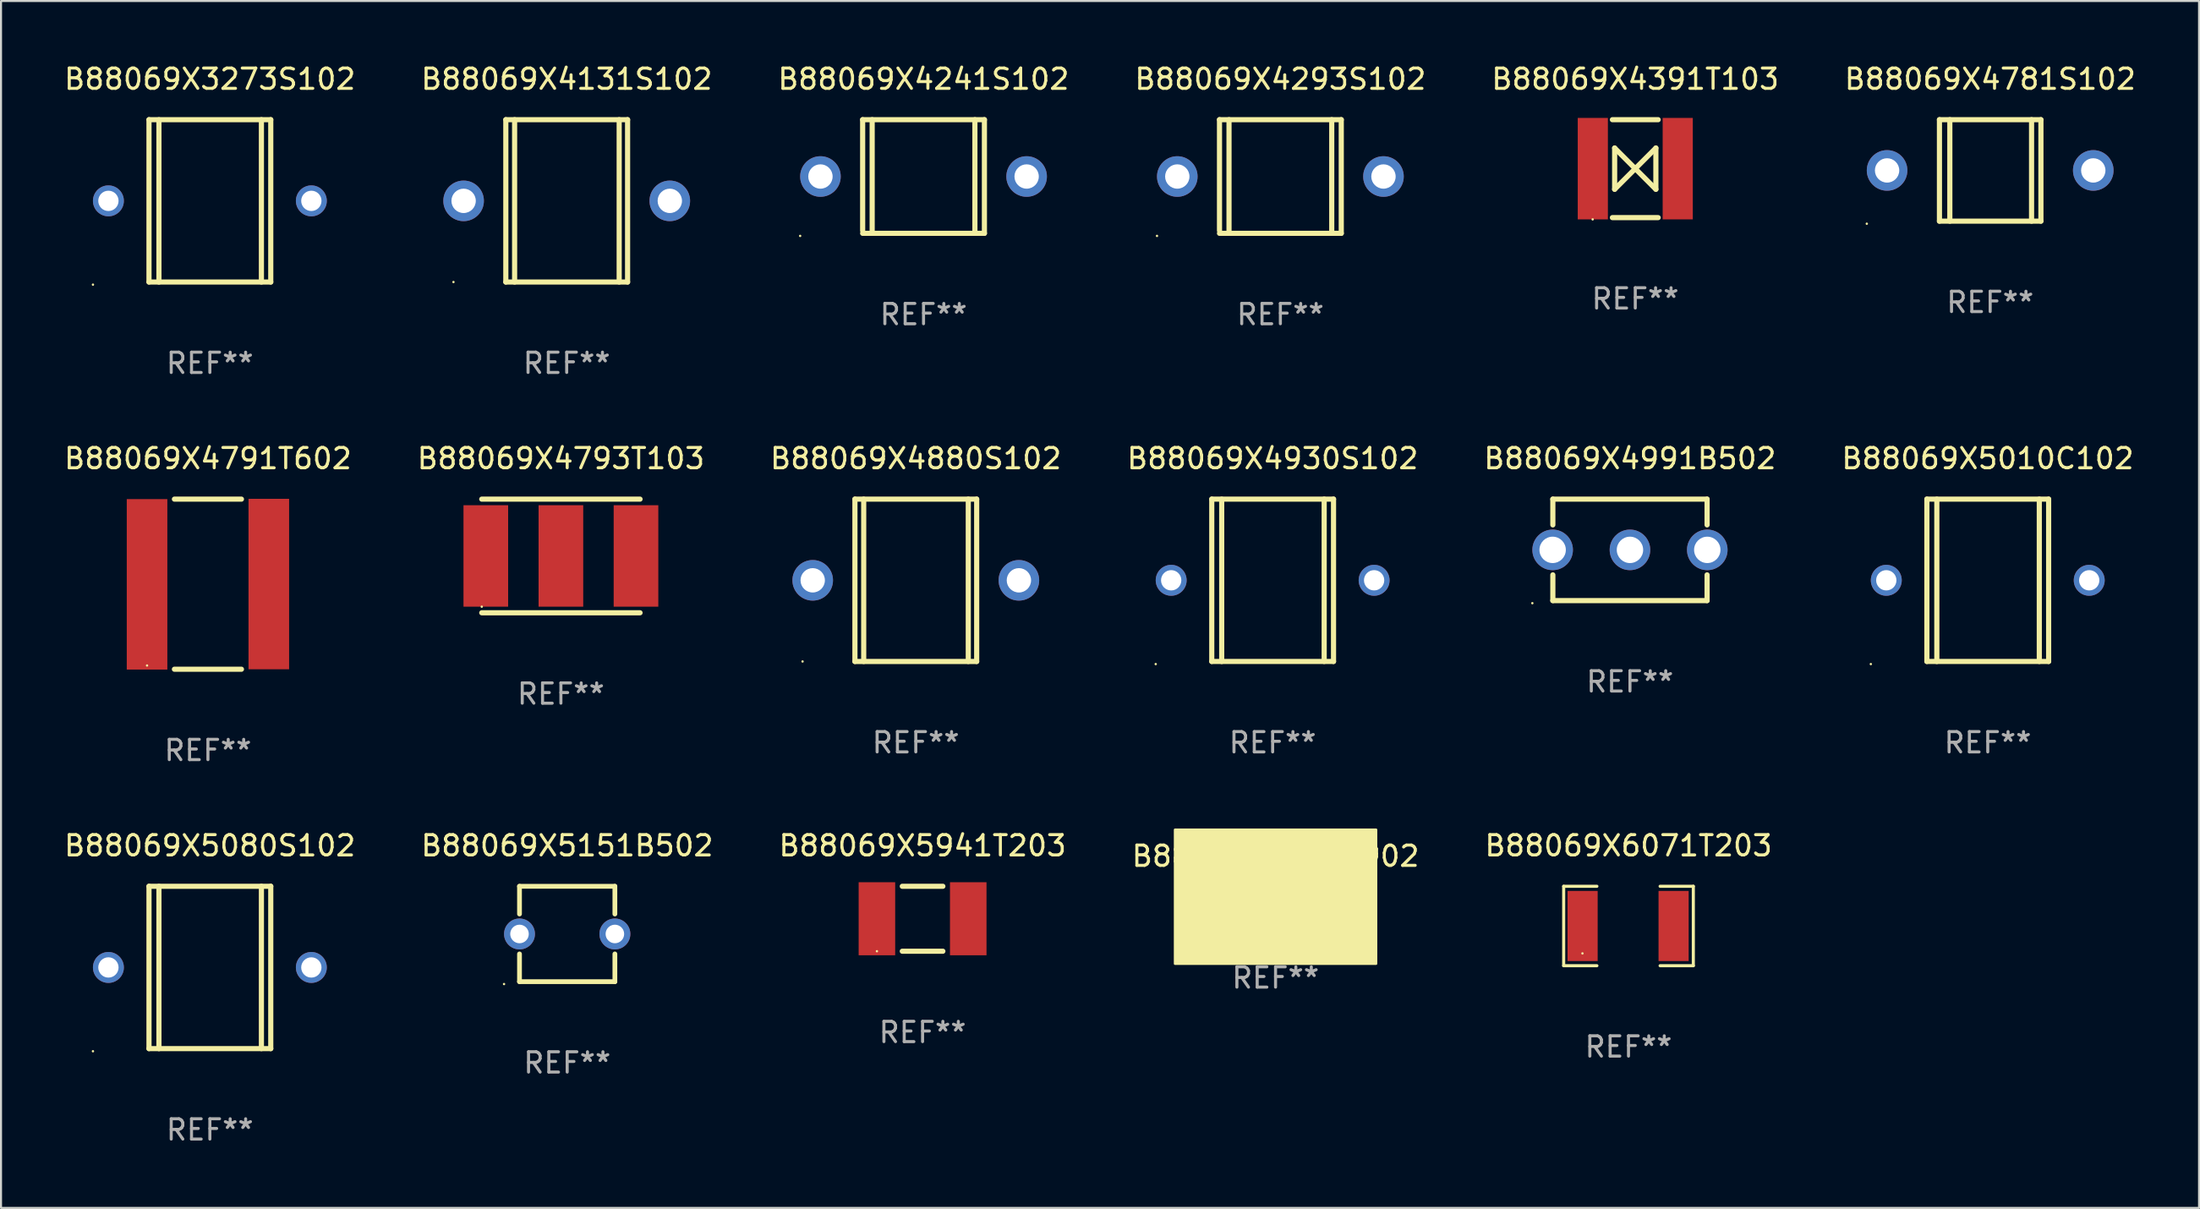
<source format=kicad_pcb>
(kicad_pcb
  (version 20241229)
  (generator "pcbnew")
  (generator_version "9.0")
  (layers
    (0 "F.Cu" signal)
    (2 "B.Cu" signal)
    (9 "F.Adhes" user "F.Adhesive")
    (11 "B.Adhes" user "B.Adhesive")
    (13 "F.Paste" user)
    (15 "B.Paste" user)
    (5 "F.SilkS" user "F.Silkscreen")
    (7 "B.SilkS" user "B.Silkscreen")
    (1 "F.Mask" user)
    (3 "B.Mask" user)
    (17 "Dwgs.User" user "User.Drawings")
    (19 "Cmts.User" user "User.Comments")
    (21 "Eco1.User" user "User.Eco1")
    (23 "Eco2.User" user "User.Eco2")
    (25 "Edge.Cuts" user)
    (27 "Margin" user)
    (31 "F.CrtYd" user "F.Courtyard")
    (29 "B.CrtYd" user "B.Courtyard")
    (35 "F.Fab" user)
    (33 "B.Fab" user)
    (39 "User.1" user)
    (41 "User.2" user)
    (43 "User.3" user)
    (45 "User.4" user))
  (footprint "B88069X4781S102"
    (layer "F.Cu")
    (at 95.018 5.348)
    (property "Reference" "B88069X4781S102" (at 0 -4.5 0) (layer "F.SilkS") (effects (font (size 1 1) (thickness 0.15))))
    (attr through_hole)
    (fp_line (start -2.5 -2.5) (end -2.5 2.5) (stroke (width 0.254) (type solid)) (layer "F.SilkS"))
    (fp_line (start -2.5 -2.5) (end 2.5 -2.5) (stroke (width 0.254) (type solid)) (layer "F.SilkS"))
    (fp_line (start -2.5 2.5) (end 2.5 2.5) (stroke (width 0.254) (type solid)) (layer "F.SilkS"))
    (fp_line (start -1.988 -2.5) (end -1.988 2.5) (stroke (width 0.254) (type solid)) (layer "F.SilkS"))
    (fp_line (start 2.039 -2.5) (end 2.039 2.5) (stroke (width 0.254) (type solid)) (layer "F.SilkS"))
    (fp_line (start 2.5 2.5) (end 2.5 -2.5) (stroke (width 0.254) (type solid)) (layer "F.SilkS"))
    (fp_circle (center -6.08 2.627) (end -6.05 2.627) (stroke (width 0.06) (type solid)) (fill no) (layer "F.SilkS"))
    (fp_text user "REF**" (at 0 6.5 0) (layer "F.Fab") (effects (font (size 1 1) (thickness 0.15))))
    (pad "1" thru_hole circle (at -5.08 0) (size 2 2) (drill 1.2) (layers "*.Cu" "*.Mask"))
    (pad "2" thru_hole circle (at 5.08 0) (size 2 2) (drill 1.2) (layers "*.Cu" "*.Mask")))
  (footprint "B88069X4241S102"
    (layer "F.Cu")
    (at 42.458 5.648)
    (property "Reference" "B88069X4241S102" (at 0 -4.8 0) (layer "F.SilkS") (effects (font (size 1 1) (thickness 0.15))))
    (attr through_hole)
    (fp_line (start -3 -2.8) (end -3 2.667) (stroke (width 0.254) (type solid)) (layer "F.SilkS"))
    (fp_line (start -3 -2.8) (end 3 -2.8) (stroke (width 0.254) (type solid)) (layer "F.SilkS"))
    (fp_line (start -3 2.8) (end 3 2.8) (stroke (width 0.254) (type solid)) (layer "F.SilkS"))
    (fp_line (start -2.531 -2.8) (end -2.531 2.8) (stroke (width 0.254) (type solid)) (layer "F.SilkS"))
    (fp_line (start 2.531 -2.8) (end 2.531 2.8) (stroke (width 0.254) (type solid)) (layer "F.SilkS"))
    (fp_line (start 3 -2.8) (end 3 2.8) (stroke (width 0.254) (type solid)) (layer "F.SilkS"))
    (fp_circle (center -6.08 2.927) (end -6.05 2.927) (stroke (width 0.06) (type solid)) (fill no) (layer "F.SilkS"))
    (fp_text user "REF**" (at 0 6.8 0) (layer "F.Fab") (effects (font (size 1 1) (thickness 0.15))))
    (pad "1" thru_hole circle (at -5.08 0) (size 2 2) (drill 1.2) (layers "*.Cu" "*.Mask"))
    (pad "2" thru_hole circle (at 5.08 0) (size 2 2) (drill 1.2) (layers "*.Cu" "*.Mask")))
  (footprint "B88069X4793T103"
    (layer "F.Cu")
    (at 24.589 24.347)
    (property "Reference" "B88069X4793T103" (at 0 -4.8 0) (layer "F.SilkS") (effects (font (size 1 1) (thickness 0.15))))
    (attr through_hole)
    (fp_line (start -3.9 -2.8) (end 3.9 -2.8) (stroke (width 0.254) (type solid)) (layer "F.SilkS"))
    (fp_line (start -3.9 2.8) (end 3.9 2.8) (stroke (width 0.254) (type solid)) (layer "F.SilkS"))
    (fp_circle (center -3.9 2.5) (end -3.87 2.5) (stroke (width 0.06) (type solid)) (fill no) (layer "F.SilkS"))
    (fp_text user "REF**" (at 0 6.8 0) (layer "F.Fab") (effects (font (size 1 1) (thickness 0.15))))
    (pad "1" smd rect (at -3.7 0) (size 2.2 5) (layers "F.Cu" "F.Mask" "F.Paste"))
    (pad "2" smd rect (at 0 0) (size 2.2 5) (layers "F.Cu" "F.Mask" "F.Paste"))
    (pad "3" smd rect (at 3.7 0) (size 2.2 5) (layers "F.Cu" "F.Mask" "F.Paste")))
  (footprint "B88069X4791T602"
    (layer "F.Cu")
    (at 7.196 25.738)
    (property "Reference" "B88069X4791T602" (at 0 -6.191 0) (layer "F.SilkS") (effects (font (size 1 1) (thickness 0.15))))
    (attr through_hole)
    (fp_line (start -1.651 -4.191) (end 1.651 -4.191) (stroke (width 0.254) (type solid)) (layer "F.SilkS"))
    (fp_line (start 1.651 4.191) (end -1.651 4.191) (stroke (width 0.254) (type solid)) (layer "F.SilkS"))
    (fp_circle (center -3 4.007) (end -2.97 4.007) (stroke (width 0.06) (type solid)) (fill no) (layer "F.SilkS"))
    (fp_text user "REF**" (at 0 8.191 0) (layer "F.Fab") (effects (font (size 1 1) (thickness 0.15))))
    (pad "1" smd rect (at -3 0.007) (size 2 8.4) (layers "F.Cu" "F.Mask" "F.Paste"))
    (pad "2" smd rect (at 3 -0.007) (size 2 8.4) (layers "F.Cu" "F.Mask" "F.Paste")))
  (footprint "B88069X5151B502"
    (layer "F.Cu")
    (at 24.899 42.975)
    (property "Reference" "B88069X5151B502" (at 0 -4.35 0) (layer "F.SilkS") (effects (font (size 1 1) (thickness 0.15))))
    (attr through_hole)
    (fp_line (start -2.35 -2.35) (end -2.35 -0.984) (stroke (width 0.235) (type solid)) (layer "F.SilkS"))
    (fp_line (start -2.35 -2.35) (end 2.35 -2.35) (stroke (width 0.235) (type solid)) (layer "F.SilkS"))
    (fp_line (start -2.35 0.984) (end -2.35 2.35) (stroke (width 0.235) (type solid)) (layer "F.SilkS"))
    (fp_line (start 2.35 -2.35) (end 2.35 -0.984) (stroke (width 0.235) (type solid)) (layer "F.SilkS"))
    (fp_line (start 2.35 0.984) (end 2.35 2.35) (stroke (width 0.235) (type solid)) (layer "F.SilkS"))
    (fp_line (start 2.35 2.35) (end -2.35 2.35) (stroke (width 0.235) (type solid)) (layer "F.SilkS"))
    (fp_circle (center -3.112 2.468) (end -3.082 2.468) (stroke (width 0.06) (type solid)) (fill no) (layer "F.SilkS"))
    (fp_text user "REF**" (at 0 6.35 0) (layer "F.Fab") (effects (font (size 1 1) (thickness 0.15))))
    (pad "1" thru_hole circle (at -2.35 0) (size 1.524 1.524) (drill 0.914) (layers "*.Cu" "*.Mask"))
    (pad "2" thru_hole circle (at 2.35 0) (size 1.524 1.524) (drill 0.914) (layers "*.Cu" "*.Mask")))
  (footprint "B88069X5080S102"
    (layer "F.Cu")
    (at 7.292 44.626)
    (property "Reference" "B88069X5080S102" (at 0 -6.001 0) (layer "F.SilkS") (effects (font (size 1 1) (thickness 0.15))))
    (attr through_hole)
    (fp_line (start -3 -4.001) (end -3 3.999) (stroke (width 0.254) (type solid)) (layer "F.SilkS"))
    (fp_line (start -3 -4.001) (end 3 -4.001) (stroke (width 0.254) (type solid)) (layer "F.SilkS"))
    (fp_line (start -2.51 4.001) (end -2.51 -3.999) (stroke (width 0.254) (type solid)) (layer "F.SilkS"))
    (fp_line (start 2.539 3.999) (end 2.539 -4.001) (stroke (width 0.254) (type solid)) (layer "F.SilkS"))
    (fp_line (start 3 3.999) (end -3 3.999) (stroke (width 0.254) (type solid)) (layer "F.SilkS"))
    (fp_line (start 3 3.999) (end 3 -4.001) (stroke (width 0.254) (type solid)) (layer "F.SilkS"))
    (fp_circle (center -5.762 4.128) (end -5.732 4.128) (stroke (width 0.06) (type solid)) (fill no) (layer "F.SilkS"))
    (fp_text user "REF**" (at 0 8.001 0) (layer "F.Fab") (effects (font (size 1 1) (thickness 0.15))))
    (pad "1" thru_hole circle (at -5 -0.001) (size 1.524 1.524) (drill 1) (layers "*.Cu" "*.Mask"))
    (pad "2" thru_hole circle (at 5 -0.001) (size 1.524 1.524) (drill 1) (layers "*.Cu" "*.Mask")))
  (footprint "B88069X4930S102"
    (layer "F.Cu")
    (at 59.661 25.547)
    (property "Reference" "B88069X4930S102" (at 0 -6.001 0) (layer "F.SilkS") (effects (font (size 1 1) (thickness 0.15))))
    (attr through_hole)
    (fp_line (start -3 -4.001) (end -3 3.999) (stroke (width 0.254) (type solid)) (layer "F.SilkS"))
    (fp_line (start -3 -4.001) (end 3 -4.001) (stroke (width 0.254) (type solid)) (layer "F.SilkS"))
    (fp_line (start -2.51 4.001) (end -2.51 -3.999) (stroke (width 0.254) (type solid)) (layer "F.SilkS"))
    (fp_line (start 2.539 3.999) (end 2.539 -4.001) (stroke (width 0.254) (type solid)) (layer "F.SilkS"))
    (fp_line (start 3 3.999) (end -3 3.999) (stroke (width 0.254) (type solid)) (layer "F.SilkS"))
    (fp_line (start 3 3.999) (end 3 -4.001) (stroke (width 0.254) (type solid)) (layer "F.SilkS"))
    (fp_circle (center -5.762 4.128) (end -5.732 4.128) (stroke (width 0.06) (type solid)) (fill no) (layer "F.SilkS"))
    (fp_text user "REF**" (at 0 8.001 0) (layer "F.Fab") (effects (font (size 1 1) (thickness 0.15))))
    (pad "1" thru_hole circle (at -5 -0.001) (size 1.524 1.524) (drill 1) (layers "*.Cu" "*.Mask"))
    (pad "2" thru_hole circle (at 5 -0.001) (size 1.524 1.524) (drill 1) (layers "*.Cu" "*.Mask")))
  (footprint "B88069X4391T103"
    (layer "F.Cu")
    (at 77.53 5.261)
    (property "Reference" "B88069X4391T103" (at 0 -4.413 0) (layer "F.SilkS") (effects (font (size 1 1) (thickness 0.15))))
    (attr through_hole)
    (fp_line (start -1.128 -2.413) (end 1.128 -2.413) (stroke (width 0.254) (type solid)) (layer "F.SilkS"))
    (fp_line (start -1.128 2.413) (end 1.128 2.413) (stroke (width 0.254) (type solid)) (layer "F.SilkS"))
    (fp_line (start -1.017 -1.016) (end -0.001 0) (stroke (width 0.254) (type solid)) (layer "F.SilkS"))
    (fp_line (start -1.017 1.016) (end -1.017 -1.016) (stroke (width 0.254) (type solid)) (layer "F.SilkS"))
    (fp_line (start -0.001 0) (end -1.017 1.016) (stroke (width 0.254) (type solid)) (layer "F.SilkS"))
    (fp_line (start -0.001 0) (end 1.015 -1.016) (stroke (width 0.254) (type solid)) (layer "F.SilkS"))
    (fp_line (start 1.015 -1.016) (end 1.015 1.016) (stroke (width 0.254) (type solid)) (layer "F.SilkS"))
    (fp_line (start 1.015 1.016) (end -0.001 0) (stroke (width 0.254) (type solid)) (layer "F.SilkS"))
    (fp_circle (center -2.1 2.5) (end -2.07 2.5) (stroke (width 0.06) (type solid)) (fill no) (layer "F.SilkS"))
    (fp_text user "REF**" (at 0 6.413 0) (layer "F.Fab") (effects (font (size 1 1) (thickness 0.15))))
    (pad "1" smd rect (at -2.092 0) (size 1.485 5) (layers "F.Cu" "F.Mask" "F.Paste"))
    (pad "2" smd rect (at 2.092 0) (size 1.485 5) (layers "F.Cu" "F.Mask" "F.Paste")))
  (footprint "B88069X4991B502"
    (layer "F.Cu")
    (at 77.268 24.047)
    (property "Reference" "B88069X4991B502" (at 0 -4.5 0) (layer "F.SilkS") (effects (font (size 1 1) (thickness 0.15))))
    (attr through_hole)
    (fp_line (start -3.8 -2.5) (end -3.8 -1.231) (stroke (width 0.254) (type solid)) (layer "F.SilkS"))
    (fp_line (start -3.8 -2.5) (end 3.8 -2.5) (stroke (width 0.254) (type solid)) (layer "F.SilkS"))
    (fp_line (start -3.8 1.231) (end -3.8 2.5) (stroke (width 0.254) (type solid)) (layer "F.SilkS"))
    (fp_line (start 3.8 -1.231) (end 3.8 -2.5) (stroke (width 0.254) (type solid)) (layer "F.SilkS"))
    (fp_line (start 3.8 2.5) (end -3.8 2.5) (stroke (width 0.254) (type solid)) (layer "F.SilkS"))
    (fp_line (start 3.8 2.5) (end 3.8 1.231) (stroke (width 0.254) (type solid)) (layer "F.SilkS"))
    (fp_circle (center -4.81 2.627) (end -4.78 2.627) (stroke (width 0.06) (type solid)) (fill no) (layer "F.SilkS"))
    (fp_text user "REF**" (at 0 6.5 0) (layer "F.Fab") (effects (font (size 1 1) (thickness 0.15))))
    (pad "1" thru_hole circle (at -3.81 0) (size 2 2) (drill 1.3) (layers "*.Cu" "*.Mask"))
    (pad "2" thru_hole circle (at 3.81 0) (size 2 2) (drill 1.3) (layers "*.Cu" "*.Mask"))
    (pad "3" thru_hole circle (at 0 0) (size 2 2) (drill 1.3) (layers "*.Cu" "*.Mask")))
  (footprint "B88069X4880S102"
    (layer "F.Cu")
    (at 42.077 25.547)
    (property "Reference" "B88069X4880S102" (at 0 -6 0) (layer "F.SilkS") (effects (font (size 1 1) (thickness 0.15))))
    (attr through_hole)
    (fp_line (start -3 -4) (end -3 4) (stroke (width 0.254) (type solid)) (layer "F.SilkS"))
    (fp_line (start -3 -4) (end 3 -4) (stroke (width 0.254) (type solid)) (layer "F.SilkS"))
    (fp_line (start -3 4) (end 3 4) (stroke (width 0.254) (type solid)) (layer "F.SilkS"))
    (fp_line (start -2.567 -4) (end -2.567 4) (stroke (width 0.254) (type solid)) (layer "F.SilkS"))
    (fp_line (start 2.586 -4) (end 2.586 4) (stroke (width 0.254) (type solid)) (layer "F.SilkS"))
    (fp_line (start 3 -4) (end 3 4) (stroke (width 0.254) (type solid)) (layer "F.SilkS"))
    (fp_circle (center -5.58 4) (end -5.55 4) (stroke (width 0.06) (type solid)) (fill no) (layer "F.SilkS"))
    (fp_text user "REF**" (at 0 8 0) (layer "F.Fab") (effects (font (size 1 1) (thickness 0.15))))
    (pad "1" thru_hole circle (at -5.08 0) (size 2 2) (drill 1.2) (layers "*.Cu" "*.Mask"))
    (pad "2" thru_hole circle (at 5.08 0) (size 2 2) (drill 1.2) (layers "*.Cu" "*.Mask")))
  (footprint "B88069X4293S102"
    (layer "F.Cu")
    (at 60.042 5.648)
    (property "Reference" "B88069X4293S102" (at 0 -4.8 0) (layer "F.SilkS") (effects (font (size 1 1) (thickness 0.15))))
    (attr through_hole)
    (fp_line (start -3 -2.8) (end -3 2.667) (stroke (width 0.254) (type solid)) (layer "F.SilkS"))
    (fp_line (start -3 -2.8) (end 3 -2.8) (stroke (width 0.254) (type solid)) (layer "F.SilkS"))
    (fp_line (start -3 2.8) (end 3 2.8) (stroke (width 0.254) (type solid)) (layer "F.SilkS"))
    (fp_line (start -2.531 -2.8) (end -2.531 2.8) (stroke (width 0.254) (type solid)) (layer "F.SilkS"))
    (fp_line (start 2.531 -2.8) (end 2.531 2.8) (stroke (width 0.254) (type solid)) (layer "F.SilkS"))
    (fp_line (start 3 -2.8) (end 3 2.8) (stroke (width 0.254) (type solid)) (layer "F.SilkS"))
    (fp_circle (center -6.08 2.927) (end -6.05 2.927) (stroke (width 0.06) (type solid)) (fill no) (layer "F.SilkS"))
    (fp_text user "REF**" (at 0 6.8 0) (layer "F.Fab") (effects (font (size 1 1) (thickness 0.15))))
    (pad "1" thru_hole circle (at -5.08 0) (size 2 2) (drill 1.2) (layers "*.Cu" "*.Mask"))
    (pad "2" thru_hole circle (at 5.08 0) (size 2 2) (drill 1.2) (layers "*.Cu" "*.Mask")))
  (footprint "B88069X5941T203"
    (layer "F.Cu")
    (at 42.411 42.225)
    (property "Reference" "B88069X5941T203" (at 0 -3.6 0) (layer "F.SilkS") (effects (font (size 1 1) (thickness 0.15))))
    (attr through_hole)
    (fp_line (start -1 -1.6) (end 1 -1.6) (stroke (width 0.254) (type solid)) (layer "F.SilkS"))
    (fp_line (start 1 1.6) (end -1 1.6) (stroke (width 0.254) (type solid)) (layer "F.SilkS"))
    (fp_circle (center -2.25 1.6) (end -2.22 1.6) (stroke (width 0.06) (type solid)) (fill no) (layer "F.SilkS"))
    (fp_text user "REF**" (at 0 5.6 0) (layer "F.Fab") (effects (font (size 1 1) (thickness 0.15))))
    (pad "1" smd rect (at -2.25 0) (size 1.8 3.6) (layers "F.Cu" "F.Mask" "F.Paste"))
    (pad "2" smd rect (at 2.25 0) (size 1.8 3.6) (layers "F.Cu" "F.Mask" "F.Paste")))
  (footprint "B88069X6071T203"
    (layer "F.Cu")
    (at 77.196 42.582)
    (property "Reference" "B88069X6071T203" (at 0 -3.957 0) (layer "F.SilkS") (effects (font (size 1 1) (thickness 0.15))))
    (attr through_hole)
    (fp_line (start -3.194 -1.957) (end -3.194 1.957) (stroke (width 0.152) (type solid)) (layer "F.SilkS"))
    (fp_line (start -3.194 1.957) (end -1.557 1.957) (stroke (width 0.152) (type solid)) (layer "F.SilkS"))
    (fp_line (start -1.557 -1.957) (end -3.194 -1.957) (stroke (width 0.152) (type solid)) (layer "F.SilkS"))
    (fp_line (start 1.557 1.957) (end 3.194 1.957) (stroke (width 0.152) (type solid)) (layer "F.SilkS"))
    (fp_line (start 3.194 -1.957) (end 1.557 -1.957) (stroke (width 0.152) (type solid)) (layer "F.SilkS"))
    (fp_line (start 3.194 1.957) (end 3.194 -1.957) (stroke (width 0.152) (type solid)) (layer "F.SilkS"))
    (fp_circle (center -2.269 1.35) (end -2.239 1.35) (stroke (width 0.06) (type solid)) (fill no) (layer "F.SilkS"))
    (fp_text user "REF**" (at 0 5.957 0) (layer "F.Fab") (effects (font (size 1 1) (thickness 0.15))))
    (pad "1" smd rect (at -2.262 0) (size 1.485 3.456) (layers "F.Cu" "F.Mask" "F.Paste"))
    (pad "2" smd rect (at 2.223 0) (size 1.485 3.456) (layers "F.Cu" "F.Mask" "F.Paste")))
  (footprint "B88069X6051T902"
    (layer "F.Cu")
    (at 59.804 41.139)
    (property "Reference" "B88069X6051T902" (at 0 -2 0) (layer "F.SilkS") (effects (font (size 1 1) (thickness 0.15))))
    (attr through_hole)
    (fp_circle (center -3.8 2.5) (end -3.77 2.5) (stroke (width 0.06) (type solid)) (fill no) (layer "F.SilkS"))
    (fp_poly (pts (xy -4.953 -3.302) (xy 4.953 -3.302) (xy 4.953 3.302) (xy -4.953 3.302)) (stroke (width 0.12) (type solid)) (fill yes) (layer "F.SilkS"))
    (fp_text user "REF**" (at 0 4 0) (layer "F.Fab") (effects (font (size 1 1) (thickness 0.15))))
    (pad "1" smd rect (at -3.8 0) (size 1.524 6) (layers "F.Cu" "F.Mask" "F.Paste"))
    (pad "2" smd rect (at 0.000127 0) (size 2.2 6) (layers "F.Cu" "F.Mask" "F.Paste"))
    (pad "3" smd rect (at 3.8 0) (size 1.524 6) (layers "F.Cu" "F.Mask" "F.Paste")))
  (footprint "B88069X5010C102"
    (layer "F.Cu")
    (at 94.899 25.547)
    (property "Reference" "B88069X5010C102" (at 0 -6.001 0) (layer "F.SilkS") (effects (font (size 1 1) (thickness 0.15))))
    (attr through_hole)
    (fp_line (start -3 -4.001) (end -3 3.999) (stroke (width 0.254) (type solid)) (layer "F.SilkS"))
    (fp_line (start -3 -4.001) (end 3 -4.001) (stroke (width 0.254) (type solid)) (layer "F.SilkS"))
    (fp_line (start -2.51 4.001) (end -2.51 -3.999) (stroke (width 0.254) (type solid)) (layer "F.SilkS"))
    (fp_line (start 2.539 3.999) (end 2.539 -4.001) (stroke (width 0.254) (type solid)) (layer "F.SilkS"))
    (fp_line (start 3 3.999) (end -3 3.999) (stroke (width 0.254) (type solid)) (layer "F.SilkS"))
    (fp_line (start 3 3.999) (end 3 -4.001) (stroke (width 0.254) (type solid)) (layer "F.SilkS"))
    (fp_circle (center -5.762 4.128) (end -5.732 4.128) (stroke (width 0.06) (type solid)) (fill no) (layer "F.SilkS"))
    (fp_text user "REF**" (at 0 8.001 0) (layer "F.Fab") (effects (font (size 1 1) (thickness 0.15))))
    (pad "1" thru_hole circle (at -5 -0.001) (size 1.524 1.524) (drill 1) (layers "*.Cu" "*.Mask"))
    (pad "2" thru_hole circle (at 5 -0.001) (size 1.524 1.524) (drill 1) (layers "*.Cu" "*.Mask")))
  (footprint "B88069X3273S102"
    (layer "F.Cu")
    (at 7.292 6.849)
    (property "Reference" "B88069X3273S102" (at 0 -6.001 0) (layer "F.SilkS") (effects (font (size 1 1) (thickness 0.15))))
    (attr through_hole)
    (fp_line (start -3 -4.001) (end -3 3.999) (stroke (width 0.254) (type solid)) (layer "F.SilkS"))
    (fp_line (start -3 -4.001) (end 3 -4.001) (stroke (width 0.254) (type solid)) (layer "F.SilkS"))
    (fp_line (start -2.51 4.001) (end -2.51 -3.999) (stroke (width 0.254) (type solid)) (layer "F.SilkS"))
    (fp_line (start 2.539 3.999) (end 2.539 -4.001) (stroke (width 0.254) (type solid)) (layer "F.SilkS"))
    (fp_line (start 3 3.999) (end -3 3.999) (stroke (width 0.254) (type solid)) (layer "F.SilkS"))
    (fp_line (start 3 3.999) (end 3 -4.001) (stroke (width 0.254) (type solid)) (layer "F.SilkS"))
    (fp_circle (center -5.762 4.128) (end -5.732 4.128) (stroke (width 0.06) (type solid)) (fill no) (layer "F.SilkS"))
    (fp_text user "REF**" (at 0 8.001 0) (layer "F.Fab") (effects (font (size 1 1) (thickness 0.15))))
    (pad "1" thru_hole circle (at -5 -0.001) (size 1.524 1.524) (drill 1) (layers "*.Cu" "*.Mask"))
    (pad "2" thru_hole circle (at 5 -0.001) (size 1.524 1.524) (drill 1) (layers "*.Cu" "*.Mask")))
  (footprint "B88069X4131S102"
    (layer "F.Cu")
    (at 24.875 6.848)
    (property "Reference" "B88069X4131S102" (at 0 -6 0) (layer "F.SilkS") (effects (font (size 1 1) (thickness 0.15))))
    (attr through_hole)
    (fp_line (start -3 -4) (end -3 4) (stroke (width 0.254) (type solid)) (layer "F.SilkS"))
    (fp_line (start -3 -4) (end 3 -4) (stroke (width 0.254) (type solid)) (layer "F.SilkS"))
    (fp_line (start -3 4) (end 3 4) (stroke (width 0.254) (type solid)) (layer "F.SilkS"))
    (fp_line (start -2.567 -4) (end -2.567 4) (stroke (width 0.254) (type solid)) (layer "F.SilkS"))
    (fp_line (start 2.586 -4) (end 2.586 4) (stroke (width 0.254) (type solid)) (layer "F.SilkS"))
    (fp_line (start 3 -4) (end 3 4) (stroke (width 0.254) (type solid)) (layer "F.SilkS"))
    (fp_circle (center -5.58 4) (end -5.55 4) (stroke (width 0.06) (type solid)) (fill no) (layer "F.SilkS"))
    (fp_text user "REF**" (at 0 8 0) (layer "F.Fab") (effects (font (size 1 1) (thickness 0.15))))
    (pad "1" thru_hole circle (at -5.08 0) (size 2 2) (drill 1.2) (layers "*.Cu" "*.Mask"))
    (pad "2" thru_hole circle (at 5.08 0) (size 2 2) (drill 1.2) (layers "*.Cu" "*.Mask")))
  (gr_rect
    (start -3 -3)
    (end 105.31 56.475)
    (stroke (width 0.1) (type default))
    (fill no)
    (layer "Edge.Cuts")))
</source>
